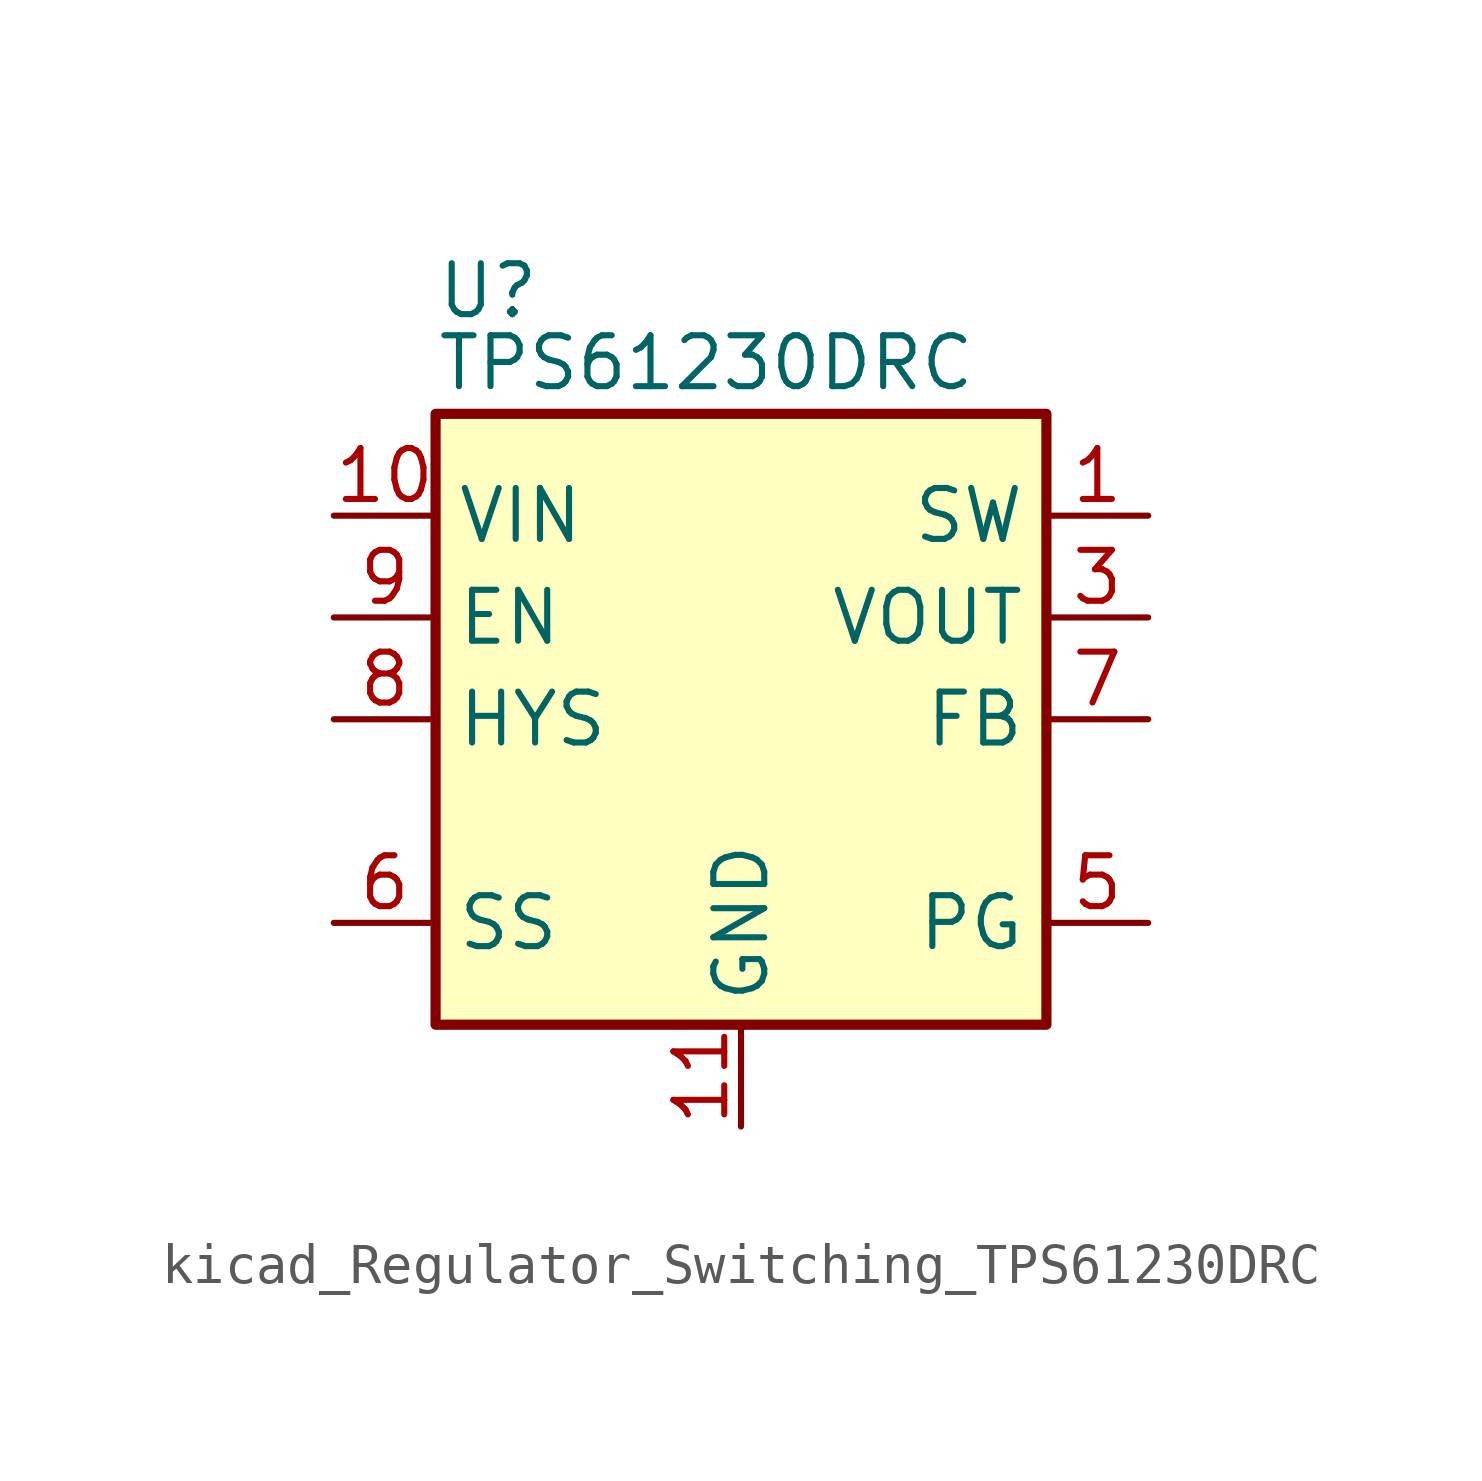
<source format=kicad_sym>
(kicad_symbol_lib
  (version 20220914)
  (generator kicad_symbol_editor)
  (symbol "kicad_Regulator_Switching_TPS61230DRC"
    (property "Reference" "U"
      (at -7.62 11.43 0)
      (effects (font (size 1.27 1.27)) (justify left top)))
    (property "Value" "TPS61230DRC"
      (at -7.62 8.89 0)
      (effects (font (size 1.27 1.27)) (justify left)))
    (symbol "kicad_Regulator_Switching_TPS61230DRC_0_1"
      (rectangle (start -7.62 7.62) (end 7.62 -7.62) (stroke (width 0.254) (type default)) (fill (type background))))
    (symbol "kicad_Regulator_Switching_TPS61230DRC_1_1"
      (pin power_out line (at 10.16 5.08 180) (length 2.54) (name "SW" (effects (font (size 1.27 1.27)))) (number "1" (effects (font (size 1.27 1.27)))))
      (pin power_in line (at -10.16 5.08 0) (length 2.54) (name "VIN" (effects (font (size 1.27 1.27)))) (number "10" (effects (font (size 1.27 1.27)))))
      (pin power_in line (at 0 -10.16 90) (length 2.54) (name "GND" (effects (font (size 1.27 1.27)))) (number "11" (effects (font (size 1.27 1.27)))))
      (pin passive line (at 10.16 5.08 180) (length 2.54) hide (name "SW" (effects (font (size 1.27 1.27)))) (number "2" (effects (font (size 1.27 1.27)))))
      (pin power_out line (at 10.16 2.54 180) (length 2.54) (name "VOUT" (effects (font (size 1.27 1.27)))) (number "3" (effects (font (size 1.27 1.27)))))
      (pin passive line (at 10.16 2.54 180) (length 2.54) hide (name "VOUT" (effects (font (size 1.27 1.27)))) (number "4" (effects (font (size 1.27 1.27)))))
      (pin output line (at 10.16 -5.08 180) (length 2.54) (name "PG" (effects (font (size 1.27 1.27)))) (number "5" (effects (font (size 1.27 1.27)))))
      (pin input line (at -10.16 -5.08 0) (length 2.54) (name "SS" (effects (font (size 1.27 1.27)))) (number "6" (effects (font (size 1.27 1.27)))))
      (pin input line (at 10.16 0 180) (length 2.54) (name "FB" (effects (font (size 1.27 1.27)))) (number "7" (effects (font (size 1.27 1.27)))))
      (pin output line (at -10.16 0 0) (length 2.54) (name "HYS" (effects (font (size 1.27 1.27)))) (number "8" (effects (font (size 1.27 1.27)))))
      (pin input line (at -10.16 2.54 0) (length 2.54) (name "EN" (effects (font (size 1.27 1.27)))) (number "9" (effects (font (size 1.27 1.27))))))))
</source>
